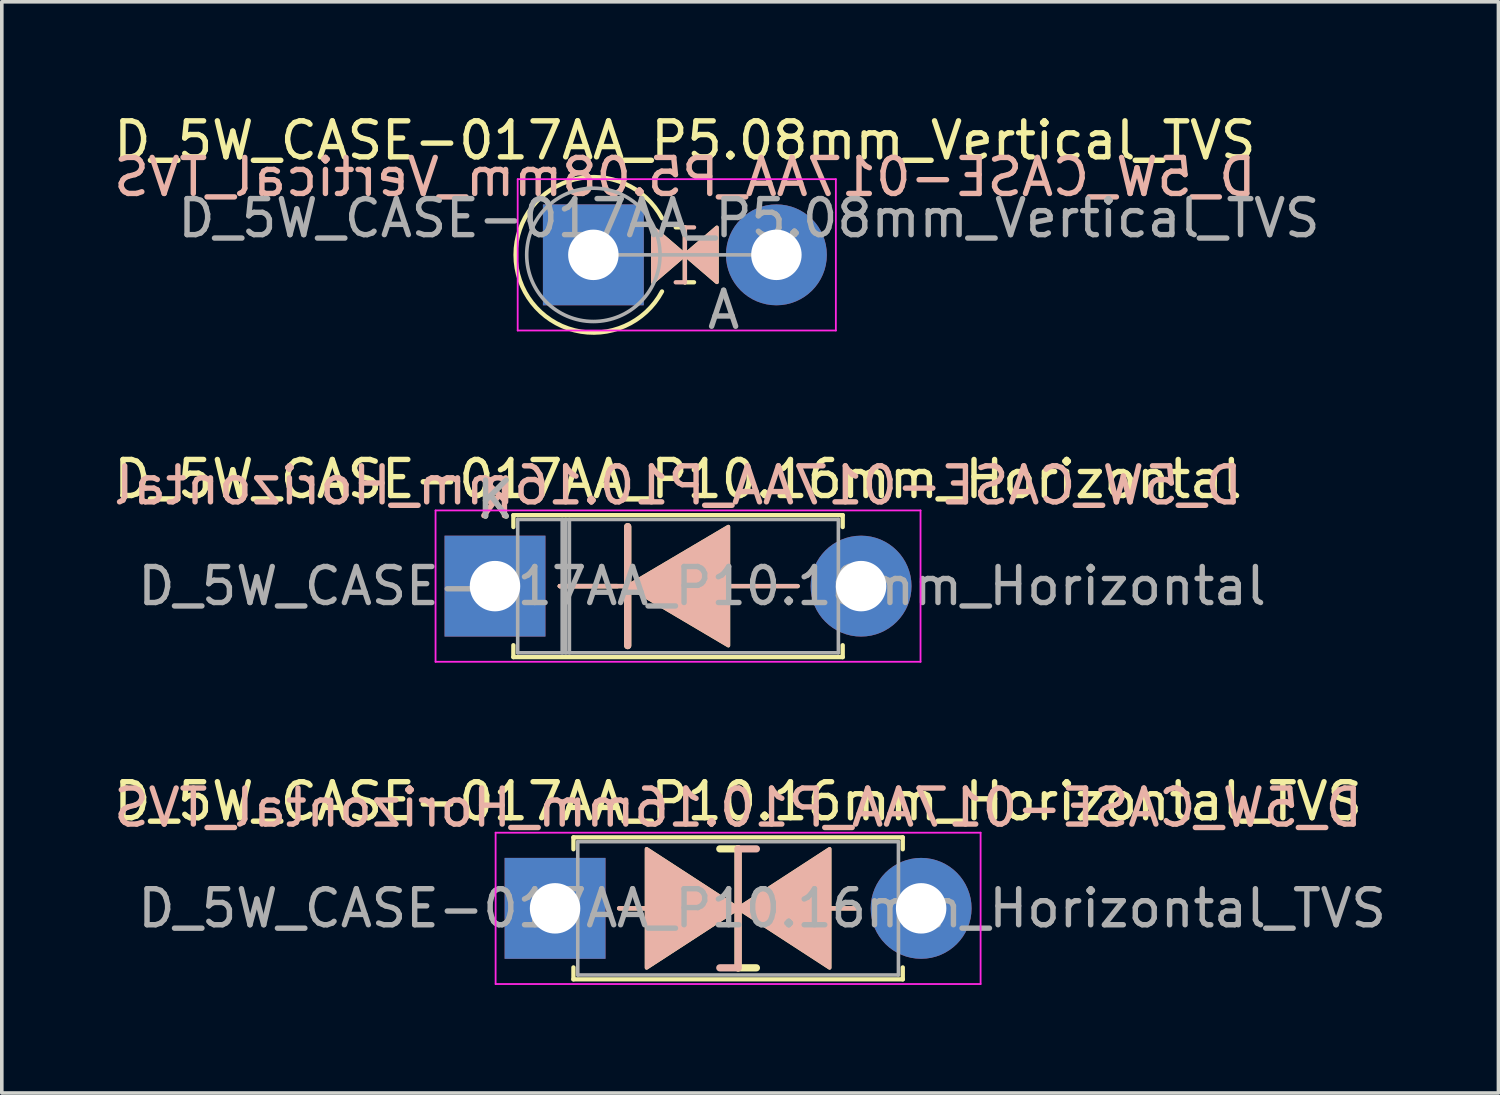
<source format=kicad_pcb>
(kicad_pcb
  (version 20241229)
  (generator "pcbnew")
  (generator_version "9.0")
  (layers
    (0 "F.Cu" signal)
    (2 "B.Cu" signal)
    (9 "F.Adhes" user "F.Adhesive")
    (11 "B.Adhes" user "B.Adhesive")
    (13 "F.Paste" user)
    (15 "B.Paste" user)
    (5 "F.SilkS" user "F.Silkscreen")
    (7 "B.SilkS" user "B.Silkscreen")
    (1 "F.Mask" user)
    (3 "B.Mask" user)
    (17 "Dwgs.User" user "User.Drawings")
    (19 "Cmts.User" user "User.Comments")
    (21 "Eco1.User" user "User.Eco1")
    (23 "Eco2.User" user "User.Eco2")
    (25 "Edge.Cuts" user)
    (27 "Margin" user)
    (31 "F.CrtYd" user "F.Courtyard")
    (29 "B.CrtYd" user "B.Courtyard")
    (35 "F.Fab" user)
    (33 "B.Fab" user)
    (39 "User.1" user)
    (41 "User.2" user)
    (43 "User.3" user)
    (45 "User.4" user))
  (footprint "D_5W_CASE-017AA_P10.16mm_Horizontal"
    (layer "F.Cu")
    (at 10.688 13.217)
    (property "Reference" "D_5W_CASE-017AA_P10.16mm_Horizontal" (at 5.08 -2.97 0) (layer "F.SilkS") (effects (font (size 1 1) (thickness 0.15))))
    (fp_line (start 0.51 -1.97) (end 9.65 -1.97) (stroke (width 0.12) (type solid)) (layer "F.SilkS"))
    (fp_line (start 0.51 -1.64) (end 0.51 -1.97) (stroke (width 0.12) (type solid)) (layer "F.SilkS"))
    (fp_line (start 0.51 1.64) (end 0.51 1.97) (stroke (width 0.12) (type solid)) (layer "F.SilkS"))
    (fp_line (start 0.51 1.97) (end 9.65 1.97) (stroke (width 0.12) (type solid)) (layer "F.SilkS"))
    (fp_line (start 1.8 0) (end 3.4 0) (stroke (width 0.12) (type solid)) (layer "F.SilkS"))
    (fp_line (start 3.683 -1.651) (end 3.683 1.651) (stroke (width 0.2) (type solid)) (layer "F.SilkS"))
    (fp_line (start 3.683 0) (end 1.8 0) (stroke (width 0.12) (type solid)) (layer "F.SilkS"))
    (fp_line (start 8.4 0) (end 6.35 0) (stroke (width 0.12) (type solid)) (layer "F.SilkS"))
    (fp_line (start 9.65 -1.97) (end 9.65 -1.64) (stroke (width 0.12) (type solid)) (layer "F.SilkS"))
    (fp_line (start 9.65 1.97) (end 9.65 1.64) (stroke (width 0.12) (type solid)) (layer "F.SilkS"))
    (fp_poly (pts (xy 6.477 1.651) (xy 3.683 0) (xy 6.477 -1.651)) (stroke (width 0.1) (type solid)) (fill yes) (layer "F.SilkS"))
    (fp_line (start 1.8 0) (end 3.4 0) (stroke (width 0.12) (type solid)) (layer "B.SilkS"))
    (fp_line (start 3.683 0) (end 1.8 0) (stroke (width 0.12) (type solid)) (layer "B.SilkS"))
    (fp_line (start 3.683 1.651) (end 3.683 -1.651) (stroke (width 0.2) (type solid)) (layer "B.SilkS"))
    (fp_line (start 8.4 0) (end 6.35 0) (stroke (width 0.12) (type solid)) (layer "B.SilkS"))
    (fp_poly (pts (xy 6.477 -1.651) (xy 3.683 0) (xy 6.477 1.651)) (stroke (width 0.1) (type solid)) (fill yes) (layer "B.SilkS"))
    (fp_line (start -1.65 -2.1) (end -1.65 2.1) (stroke (width 0.05) (type solid)) (layer "F.CrtYd"))
    (fp_line (start -1.65 2.1) (end 11.81 2.1) (stroke (width 0.05) (type solid)) (layer "F.CrtYd"))
    (fp_line (start 11.81 -2.1) (end -1.65 -2.1) (stroke (width 0.05) (type solid)) (layer "F.CrtYd"))
    (fp_line (start 11.81 2.1) (end 11.81 -2.1) (stroke (width 0.05) (type solid)) (layer "F.CrtYd"))
    (fp_line (start 0 0) (end 0.63 0) (stroke (width 0.1) (type solid)) (layer "F.Fab"))
    (fp_line (start 0.63 -1.85) (end 0.63 1.85) (stroke (width 0.1) (type solid)) (layer "F.Fab"))
    (fp_line (start 0.63 1.85) (end 9.53 1.85) (stroke (width 0.1) (type solid)) (layer "F.Fab"))
    (fp_line (start 1.865 -1.85) (end 1.865 1.85) (stroke (width 0.1) (type solid)) (layer "F.Fab"))
    (fp_line (start 1.965 -1.85) (end 1.965 1.85) (stroke (width 0.1) (type solid)) (layer "F.Fab"))
    (fp_line (start 2.065 -1.85) (end 2.065 1.85) (stroke (width 0.1) (type solid)) (layer "F.Fab"))
    (fp_line (start 9.53 -1.85) (end 0.63 -1.85) (stroke (width 0.1) (type solid)) (layer "F.Fab"))
    (fp_line (start 9.53 1.85) (end 9.53 -1.85) (stroke (width 0.1) (type solid)) (layer "F.Fab"))
    (fp_line (start 10.16 0) (end 9.53 0) (stroke (width 0.1) (type solid)) (layer "F.Fab"))
    (fp_text user "K" (at 0 -2.4 0) (layer "F.SilkS") (effects (font (size 1 1) (thickness 0.15))))
    (fp_text user "${REFERENCE}" (at 5.08 -2.794 0) (layer "B.SilkS") (effects (font (size 1 1) (thickness 0.15)) (justify mirror)))
    (fp_text user "K" (at 0 -2.413 0) (layer "B.SilkS") (effects (font (size 1 1) (thickness 0.15)) (justify mirror)))
    (fp_text user "${REFERENCE}" (at 5.747 0 0) (layer "F.Fab") (effects (font (size 1 1) (thickness 0.15))))
    (fp_text user "K" (at 0 -2.4 0) (layer "F.Fab") (effects (font (size 1 1) (thickness 0.15))))
    (pad "1" thru_hole rect (at 0 0) (size 2.8 2.8) (drill 1.4) (layers "*.Cu" "*.Mask"))
    (pad "2" thru_hole oval (at 10.16 0) (size 2.8 2.8) (drill 1.4) (layers "*.Cu" "*.Mask")))
  (footprint "D_5W_CASE-017AA_P5.08mm_Vertical_TVS"
    (layer "F.Cu")
    (at 13.418 4.023)
    (property "Reference" "D_5W_CASE-017AA_P5.08mm_Vertical_TVS" (at 2.54 -3.175 0) (layer "F.SilkS") (effects (font (size 1 1) (thickness 0.15))))
    (fp_line (start 2.286 -0.762) (end 2.54 -0.762) (stroke (width 0.12) (type solid)) (layer "F.SilkS"))
    (fp_line (start 2.54 0.762) (end 2.54 -0.762) (stroke (width 0.12) (type solid)) (layer "F.SilkS"))
    (fp_line (start 2.54 0.762) (end 2.794 0.762) (stroke (width 0.12) (type solid)) (layer "F.SilkS"))
    (fp_arc (start 1.904999 1.016) (mid -2.158999 0) (end 1.904999 -1.016) (stroke (width 0.12) (type solid)) (layer "F.SilkS"))
    (fp_poly (pts (xy 1.651 -0.762) (xy 2.54 0) (xy 1.651 0.762)) (stroke (width 0.1) (type solid)) (fill yes) (layer "F.SilkS"))
    (fp_poly (pts (xy 3.429 0.762) (xy 2.54 0) (xy 3.429 -0.762)) (stroke (width 0.1) (type solid)) (fill yes) (layer "F.SilkS"))
    (fp_line (start 2.286 0.762) (end 2.54 0.762) (stroke (width 0.12) (type solid)) (layer "B.SilkS"))
    (fp_line (start 2.54 -0.762) (end 2.54 0.762) (stroke (width 0.12) (type solid)) (layer "B.SilkS"))
    (fp_line (start 2.54 -0.762) (end 2.794 -0.762) (stroke (width 0.12) (type solid)) (layer "B.SilkS"))
    (fp_poly (pts (xy 1.651 0.762) (xy 2.54 0) (xy 1.651 -0.762)) (stroke (width 0.1) (type solid)) (fill yes) (layer "B.SilkS"))
    (fp_poly (pts (xy 3.429 -0.762) (xy 2.54 0) (xy 3.429 0.762)) (stroke (width 0.1) (type solid)) (fill yes) (layer "B.SilkS"))
    (fp_line (start -2.1 -2.1) (end -2.1 2.1) (stroke (width 0.05) (type solid)) (layer "F.CrtYd"))
    (fp_line (start -2.1 2.1) (end 6.73 2.1) (stroke (width 0.05) (type solid)) (layer "F.CrtYd"))
    (fp_line (start 6.73 -2.1) (end -2.1 -2.1) (stroke (width 0.05) (type solid)) (layer "F.CrtYd"))
    (fp_line (start 6.73 2.1) (end 6.73 -2.1) (stroke (width 0.05) (type solid)) (layer "F.CrtYd"))
    (fp_line (start 0 0) (end 5.08 0) (stroke (width 0.1) (type solid)) (layer "F.Fab"))
    (fp_circle (center 0 0) (end 1.85 0) (stroke (width 0.1) (type solid)) (fill no) (layer "F.Fab"))
    (fp_text user "${REFERENCE}" (at 2.54 -2.159 0) (layer "B.SilkS") (effects (font (size 1 1) (thickness 0.15)) (justify mirror)))
    (fp_text user "A" (at 3.615 1.527 0) (layer "F.Fab") (effects (font (size 1 1) (thickness 0.15))))
    (fp_text user "${REFERENCE}" (at 4.318 -1.016 0) (layer "F.Fab") (effects (font (size 1 1) (thickness 0.15))))
    (pad "1" thru_hole rect (at 0 0) (size 2.8 2.8) (drill 1.4) (layers "*.Cu" "*.Mask"))
    (pad "2" thru_hole oval (at 5.08 0) (size 2.8 2.8) (drill 1.4) (layers "*.Cu" "*.Mask")))
  (footprint "D_5W_CASE-017AA_P10.16mm_Horizontal_TVS"
    (layer "F.Cu")
    (at 12.355 22.16)
    (property "Reference" "D_5W_CASE-017AA_P10.16mm_Horizontal_TVS" (at 5.08 -2.97 0) (layer "F.SilkS") (effects (font (size 1 1) (thickness 0.15))))
    (fp_line (start 0.51 -1.97) (end 9.65 -1.97) (stroke (width 0.12) (type solid)) (layer "F.SilkS"))
    (fp_line (start 0.51 -1.64) (end 0.51 -1.97) (stroke (width 0.12) (type solid)) (layer "F.SilkS"))
    (fp_line (start 0.51 1.64) (end 0.51 1.97) (stroke (width 0.12) (type solid)) (layer "F.SilkS"))
    (fp_line (start 0.51 1.97) (end 9.65 1.97) (stroke (width 0.12) (type solid)) (layer "F.SilkS"))
    (fp_line (start 1.778 0) (end 2.54 0) (stroke (width 0.12) (type solid)) (layer "F.SilkS"))
    (fp_line (start 5.08 -1.651) (end 4.572 -1.651) (stroke (width 0.2) (type solid)) (layer "F.SilkS"))
    (fp_line (start 5.08 1.651) (end 5.08 -1.651) (stroke (width 0.2) (type solid)) (layer "F.SilkS"))
    (fp_line (start 5.588 1.651) (end 5.08 1.651) (stroke (width 0.2) (type solid)) (layer "F.SilkS"))
    (fp_line (start 8.382 0) (end 7.62 0) (stroke (width 0.12) (type solid)) (layer "F.SilkS"))
    (fp_line (start 9.65 -1.97) (end 9.65 -1.64) (stroke (width 0.12) (type solid)) (layer "F.SilkS"))
    (fp_line (start 9.65 1.97) (end 9.65 1.64) (stroke (width 0.12) (type solid)) (layer "F.SilkS"))
    (fp_poly (pts (xy 5.08 0) (xy 2.54 1.651) (xy 2.54 -1.651)) (stroke (width 0.1) (type solid)) (fill yes) (layer "F.SilkS"))
    (fp_poly (pts (xy 5.08 0) (xy 7.62 -1.651) (xy 7.62 1.651)) (stroke (width 0.1) (type solid)) (fill yes) (layer "F.SilkS"))
    (fp_line (start 1.778 0) (end 2.54 0) (stroke (width 0.12) (type solid)) (layer "B.SilkS"))
    (fp_line (start 5.08 -1.651) (end 5.08 1.651) (stroke (width 0.2) (type solid)) (layer "B.SilkS"))
    (fp_line (start 5.08 1.651) (end 4.572 1.651) (stroke (width 0.2) (type solid)) (layer "B.SilkS"))
    (fp_line (start 5.588 -1.651) (end 5.08 -1.651) (stroke (width 0.2) (type solid)) (layer "B.SilkS"))
    (fp_line (start 8.382 0) (end 7.62 0) (stroke (width 0.12) (type solid)) (layer "B.SilkS"))
    (fp_poly (pts (xy 5.08 0) (xy 2.54 -1.651) (xy 2.54 1.651)) (stroke (width 0.1) (type solid)) (fill yes) (layer "B.SilkS"))
    (fp_poly (pts (xy 5.08 0) (xy 7.62 1.651) (xy 7.62 -1.651)) (stroke (width 0.1) (type solid)) (fill yes) (layer "B.SilkS"))
    (fp_line (start -1.65 -2.1) (end -1.65 2.1) (stroke (width 0.05) (type solid)) (layer "F.CrtYd"))
    (fp_line (start -1.65 2.1) (end 11.81 2.1) (stroke (width 0.05) (type solid)) (layer "F.CrtYd"))
    (fp_line (start 11.81 -2.1) (end -1.65 -2.1) (stroke (width 0.05) (type solid)) (layer "F.CrtYd"))
    (fp_line (start 11.81 2.1) (end 11.81 -2.1) (stroke (width 0.05) (type solid)) (layer "F.CrtYd"))
    (fp_line (start 0 0) (end 0.63 0) (stroke (width 0.1) (type solid)) (layer "F.Fab"))
    (fp_line (start 0.63 -1.85) (end 0.63 1.85) (stroke (width 0.1) (type solid)) (layer "F.Fab"))
    (fp_line (start 0.63 1.85) (end 9.53 1.85) (stroke (width 0.1) (type solid)) (layer "F.Fab"))
    (fp_line (start 9.53 -1.85) (end 0.63 -1.85) (stroke (width 0.1) (type solid)) (layer "F.Fab"))
    (fp_line (start 9.53 1.85) (end 9.53 -1.85) (stroke (width 0.1) (type solid)) (layer "F.Fab"))
    (fp_line (start 10.16 0) (end 9.53 0) (stroke (width 0.1) (type solid)) (layer "F.Fab"))
    (fp_text user "${REFERENCE}" (at 5.08 -2.794 0) (layer "B.SilkS") (effects (font (size 1 1) (thickness 0.15)) (justify mirror)))
    (fp_text user "${REFERENCE}" (at 5.747 0 0) (layer "F.Fab") (effects (font (size 1 1) (thickness 0.15))))
    (pad "1" thru_hole rect (at 0 0) (size 2.8 2.8) (drill 1.4) (layers "*.Cu" "*.Mask"))
    (pad "2" thru_hole oval (at 10.16 0) (size 2.8 2.8) (drill 1.4) (layers "*.Cu" "*.Mask")))
  (gr_rect
    (start -3 -3)
    (end 38.537 27.285)
    (stroke (width 0.1) (type default))
    (fill no)
    (layer "Edge.Cuts")))
</source>
